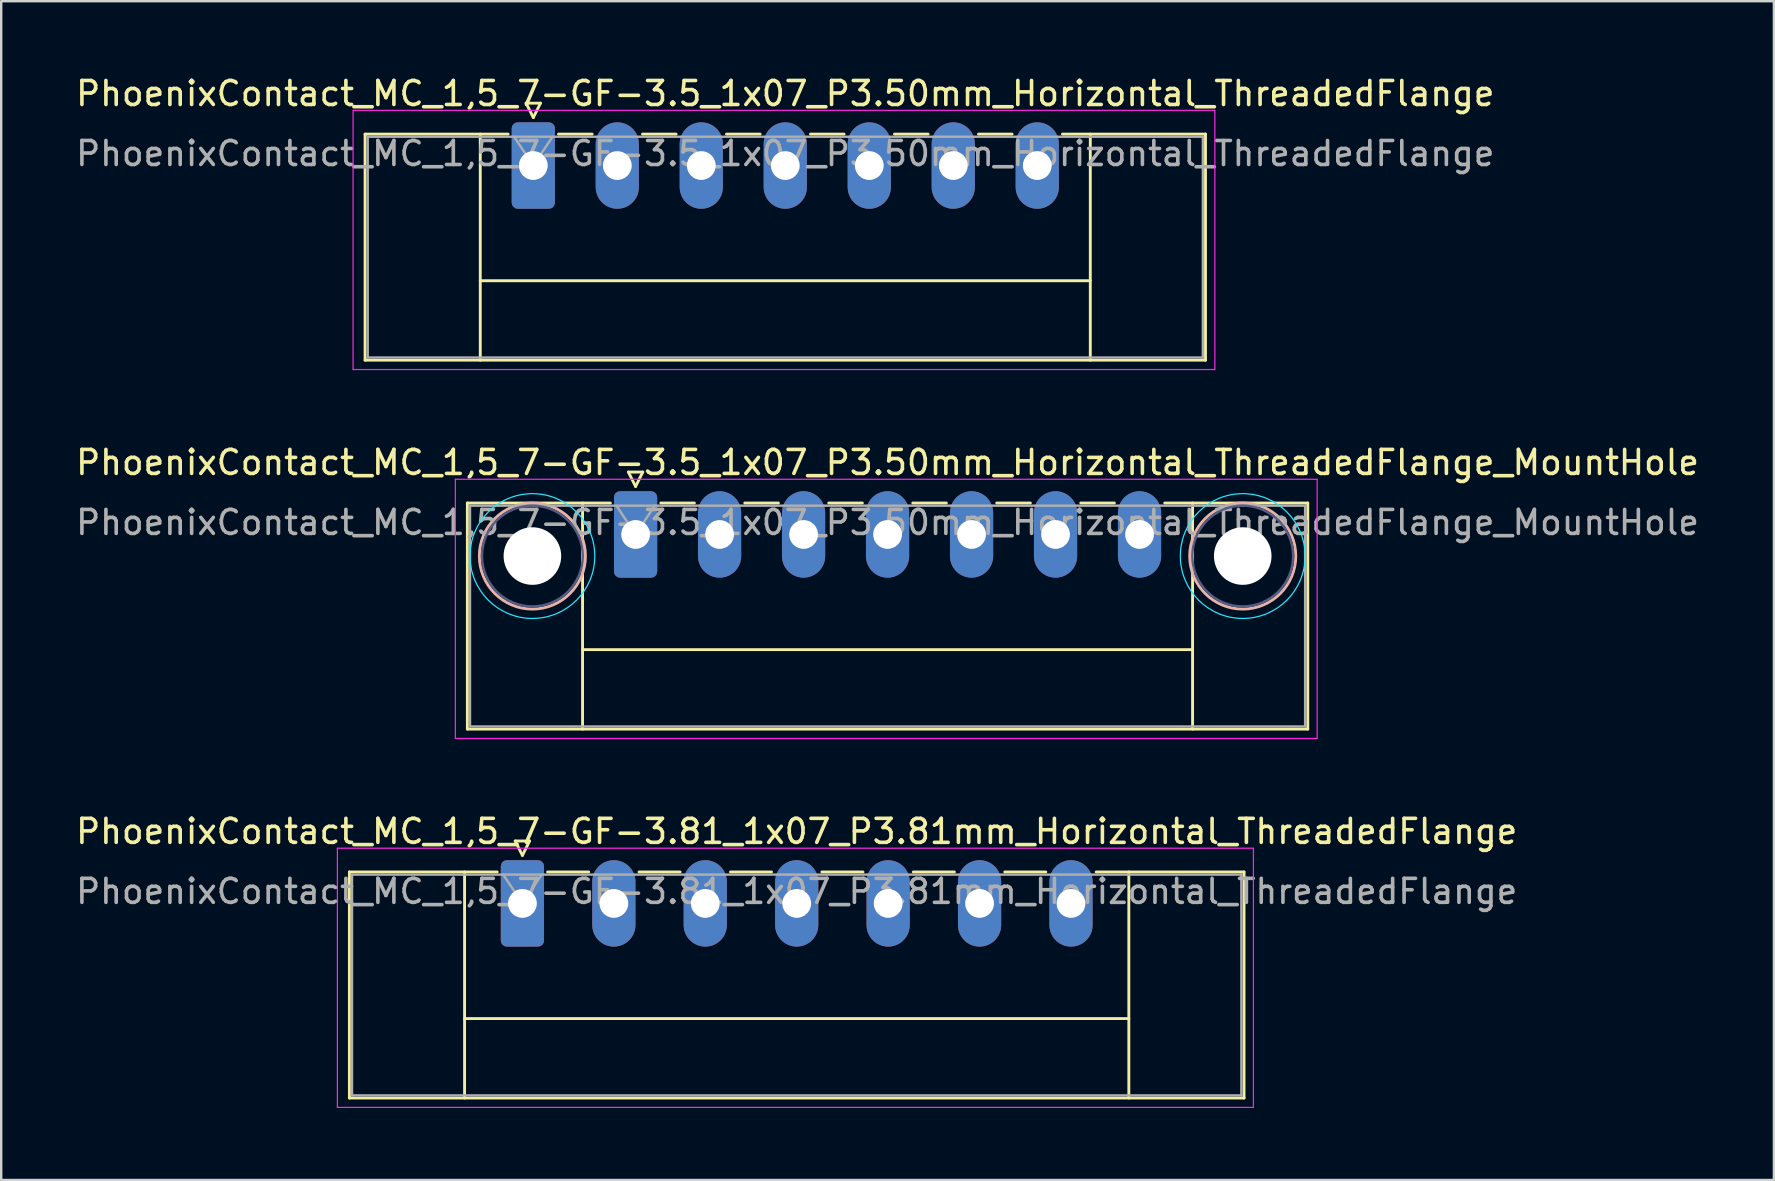
<source format=kicad_pcb>
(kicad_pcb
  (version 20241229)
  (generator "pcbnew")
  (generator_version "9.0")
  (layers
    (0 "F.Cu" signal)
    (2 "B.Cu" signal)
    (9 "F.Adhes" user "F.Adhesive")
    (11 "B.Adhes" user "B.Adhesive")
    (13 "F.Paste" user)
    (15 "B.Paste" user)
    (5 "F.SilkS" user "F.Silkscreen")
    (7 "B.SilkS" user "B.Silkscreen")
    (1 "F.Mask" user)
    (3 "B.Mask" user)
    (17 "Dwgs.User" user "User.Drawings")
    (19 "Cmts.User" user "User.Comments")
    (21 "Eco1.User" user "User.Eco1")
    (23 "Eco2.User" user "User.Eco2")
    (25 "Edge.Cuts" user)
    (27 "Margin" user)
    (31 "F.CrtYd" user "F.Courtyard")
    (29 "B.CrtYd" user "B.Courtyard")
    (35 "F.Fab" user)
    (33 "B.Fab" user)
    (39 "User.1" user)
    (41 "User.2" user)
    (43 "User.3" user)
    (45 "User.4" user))
  (footprint "PhoenixContact_MC_1,5_7-GF-3.5_1x07_P3.50mm_Horizontal_ThreadedFlange_MountHole"
    (layer "F.Cu")
    (at 23.435 19.221)
    (property "Reference" "PhoenixContact_MC_1,5_7-GF-3.5_1x07_P3.50mm_Horizontal_ThreadedFlange_MountHole" (at 10.5 -3 0) (layer "F.SilkS") (effects (font (size 1 1) (thickness 0.15))))
    (attr through_hole)
    (fp_line (start -7.01 -1.31) (end -7.01 8.11) (stroke (width 0.12) (type solid)) (layer "F.SilkS"))
    (fp_line (start -7.01 -1.31) (end -1.05 -1.31) (stroke (width 0.12) (type solid)) (layer "F.SilkS"))
    (fp_line (start -7.01 8.11) (end 28.01 8.11) (stroke (width 0.12) (type solid)) (layer "F.SilkS"))
    (fp_line (start -2.21 -1.31) (end -2.21 8.11) (stroke (width 0.12) (type solid)) (layer "F.SilkS"))
    (fp_line (start -2.21 4.8) (end 23.21 4.8) (stroke (width 0.12) (type solid)) (layer "F.SilkS"))
    (fp_line (start -0.3 -2.6) (end 0.3 -2.6) (stroke (width 0.12) (type solid)) (layer "F.SilkS"))
    (fp_line (start 0 -2) (end -0.3 -2.6) (stroke (width 0.12) (type solid)) (layer "F.SilkS"))
    (fp_line (start 0.3 -2.6) (end 0 -2) (stroke (width 0.12) (type solid)) (layer "F.SilkS"))
    (fp_line (start 1.05 -1.31) (end 2.45 -1.31) (stroke (width 0.12) (type solid)) (layer "F.SilkS"))
    (fp_line (start 4.55 -1.31) (end 5.95 -1.31) (stroke (width 0.12) (type solid)) (layer "F.SilkS"))
    (fp_line (start 8.05 -1.31) (end 9.45 -1.31) (stroke (width 0.12) (type solid)) (layer "F.SilkS"))
    (fp_line (start 11.55 -1.31) (end 12.95 -1.31) (stroke (width 0.12) (type solid)) (layer "F.SilkS"))
    (fp_line (start 15.05 -1.31) (end 16.45 -1.31) (stroke (width 0.12) (type solid)) (layer "F.SilkS"))
    (fp_line (start 18.55 -1.31) (end 19.95 -1.31) (stroke (width 0.12) (type solid)) (layer "F.SilkS"))
    (fp_line (start 23.21 -1.31) (end 23.21 8.11) (stroke (width 0.12) (type solid)) (layer "F.SilkS"))
    (fp_line (start 28.01 -1.31) (end 22.05 -1.31) (stroke (width 0.12) (type solid)) (layer "F.SilkS"))
    (fp_line (start 28.01 8.11) (end 28.01 -1.31) (stroke (width 0.12) (type solid)) (layer "F.SilkS"))
    (fp_circle (center -4.3 0.9) (end -2.09 0.9) (stroke (width 0.12) (type solid)) (fill no) (layer "B.SilkS"))
    (fp_circle (center 25.3 0.9) (end 27.51 0.9) (stroke (width 0.12) (type solid)) (fill no) (layer "B.SilkS"))
    (fp_circle (center -4.3 0.9) (end -1.7 0.9) (stroke (width 0.05) (type solid)) (fill no) (layer "B.CrtYd"))
    (fp_circle (center 25.3 0.9) (end 27.9 0.9) (stroke (width 0.05) (type solid)) (fill no) (layer "B.CrtYd"))
    (fp_line (start -7.51 -2.3) (end -7.51 8.5) (stroke (width 0.05) (type solid)) (layer "F.CrtYd"))
    (fp_line (start -7.51 8.5) (end 28.4 8.5) (stroke (width 0.05) (type solid)) (layer "F.CrtYd"))
    (fp_line (start 28.4 -2.3) (end -7.51 -2.3) (stroke (width 0.05) (type solid)) (layer "F.CrtYd"))
    (fp_line (start 28.4 8.5) (end 28.4 -2.3) (stroke (width 0.05) (type solid)) (layer "F.CrtYd"))
    (fp_circle (center -4.3 0.9) (end -2.2 0.9) (stroke (width 0.1) (type solid)) (fill no) (layer "B.Fab"))
    (fp_circle (center 25.3 0.9) (end 27.4 0.9) (stroke (width 0.1) (type solid)) (fill no) (layer "B.Fab"))
    (fp_line (start -6.9 -1.2) (end -6.9 8) (stroke (width 0.1) (type solid)) (layer "F.Fab"))
    (fp_line (start -6.9 8) (end 27.9 8) (stroke (width 0.1) (type solid)) (layer "F.Fab"))
    (fp_line (start 0 0) (end -0.8 -1.2) (stroke (width 0.1) (type solid)) (layer "F.Fab"))
    (fp_line (start 0.8 -1.2) (end 0 0) (stroke (width 0.1) (type solid)) (layer "F.Fab"))
    (fp_line (start 27.9 -1.2) (end -6.9 -1.2) (stroke (width 0.1) (type solid)) (layer "F.Fab"))
    (fp_line (start 27.9 8) (end 27.9 -1.2) (stroke (width 0.1) (type solid)) (layer "F.Fab"))
    (fp_text user "${REFERENCE}" (at 10.5 -0.5 0) (layer "F.Fab") (effects (font (size 1 1) (thickness 0.15))))
    (pad "" np_thru_hole circle (at -4.3 0.9) (size 2.4 2.4) (drill 2.4) (layers "*.Cu" "*.Mask"))
    (pad "" np_thru_hole circle (at 25.3 0.9) (size 2.4 2.4) (drill 2.4) (layers "*.Cu" "*.Mask"))
    (pad "1" thru_hole roundrect (at 0 0) (size 1.8 3.6) (drill 1.2) (layers "*.Cu" "*.Mask") (roundrect_rratio 0.139))
    (pad "2" thru_hole oval (at 3.5 0) (size 1.8 3.6) (drill 1.2) (layers "*.Cu" "*.Mask"))
    (pad "3" thru_hole oval (at 7 0) (size 1.8 3.6) (drill 1.2) (layers "*.Cu" "*.Mask"))
    (pad "4" thru_hole oval (at 10.5 0) (size 1.8 3.6) (drill 1.2) (layers "*.Cu" "*.Mask"))
    (pad "5" thru_hole oval (at 14 0) (size 1.8 3.6) (drill 1.2) (layers "*.Cu" "*.Mask"))
    (pad "6" thru_hole oval (at 17.5 0) (size 1.8 3.6) (drill 1.2) (layers "*.Cu" "*.Mask"))
    (pad "7" thru_hole oval (at 21 0) (size 1.8 3.6) (drill 1.2) (layers "*.Cu" "*.Mask")))
  (footprint "PhoenixContact_MC_1,5_7-GF-3.5_1x07_P3.50mm_Horizontal_ThreadedFlange"
    (layer "F.Cu")
    (at 19.173 3.848)
    (property "Reference" "PhoenixContact_MC_1,5_7-GF-3.5_1x07_P3.50mm_Horizontal_ThreadedFlange" (at 10.5 -3 0) (layer "F.SilkS") (effects (font (size 1 1) (thickness 0.15))))
    (attr through_hole)
    (fp_line (start -7.01 -1.31) (end -7.01 8.11) (stroke (width 0.12) (type solid)) (layer "F.SilkS"))
    (fp_line (start -7.01 -1.31) (end -1.05 -1.31) (stroke (width 0.12) (type solid)) (layer "F.SilkS"))
    (fp_line (start -7.01 8.11) (end 28.01 8.11) (stroke (width 0.12) (type solid)) (layer "F.SilkS"))
    (fp_line (start -2.21 -1.31) (end -2.21 8.11) (stroke (width 0.12) (type solid)) (layer "F.SilkS"))
    (fp_line (start -2.21 4.8) (end 23.21 4.8) (stroke (width 0.12) (type solid)) (layer "F.SilkS"))
    (fp_line (start -0.3 -2.6) (end 0.3 -2.6) (stroke (width 0.12) (type solid)) (layer "F.SilkS"))
    (fp_line (start 0 -2) (end -0.3 -2.6) (stroke (width 0.12) (type solid)) (layer "F.SilkS"))
    (fp_line (start 0.3 -2.6) (end 0 -2) (stroke (width 0.12) (type solid)) (layer "F.SilkS"))
    (fp_line (start 1.05 -1.31) (end 2.45 -1.31) (stroke (width 0.12) (type solid)) (layer "F.SilkS"))
    (fp_line (start 4.55 -1.31) (end 5.95 -1.31) (stroke (width 0.12) (type solid)) (layer "F.SilkS"))
    (fp_line (start 8.05 -1.31) (end 9.45 -1.31) (stroke (width 0.12) (type solid)) (layer "F.SilkS"))
    (fp_line (start 11.55 -1.31) (end 12.95 -1.31) (stroke (width 0.12) (type solid)) (layer "F.SilkS"))
    (fp_line (start 15.05 -1.31) (end 16.45 -1.31) (stroke (width 0.12) (type solid)) (layer "F.SilkS"))
    (fp_line (start 18.55 -1.31) (end 19.95 -1.31) (stroke (width 0.12) (type solid)) (layer "F.SilkS"))
    (fp_line (start 23.21 -1.31) (end 23.21 8.11) (stroke (width 0.12) (type solid)) (layer "F.SilkS"))
    (fp_line (start 28.01 -1.31) (end 22.05 -1.31) (stroke (width 0.12) (type solid)) (layer "F.SilkS"))
    (fp_line (start 28.01 8.11) (end 28.01 -1.31) (stroke (width 0.12) (type solid)) (layer "F.SilkS"))
    (fp_line (start -7.51 -2.3) (end -7.51 8.5) (stroke (width 0.05) (type solid)) (layer "F.CrtYd"))
    (fp_line (start -7.51 8.5) (end 28.4 8.5) (stroke (width 0.05) (type solid)) (layer "F.CrtYd"))
    (fp_line (start 28.4 -2.3) (end -7.51 -2.3) (stroke (width 0.05) (type solid)) (layer "F.CrtYd"))
    (fp_line (start 28.4 8.5) (end 28.4 -2.3) (stroke (width 0.05) (type solid)) (layer "F.CrtYd"))
    (fp_line (start -6.9 -1.2) (end -6.9 8) (stroke (width 0.1) (type solid)) (layer "F.Fab"))
    (fp_line (start -6.9 8) (end 27.9 8) (stroke (width 0.1) (type solid)) (layer "F.Fab"))
    (fp_line (start 0 0) (end -0.8 -1.2) (stroke (width 0.1) (type solid)) (layer "F.Fab"))
    (fp_line (start 0.8 -1.2) (end 0 0) (stroke (width 0.1) (type solid)) (layer "F.Fab"))
    (fp_line (start 27.9 -1.2) (end -6.9 -1.2) (stroke (width 0.1) (type solid)) (layer "F.Fab"))
    (fp_line (start 27.9 8) (end 27.9 -1.2) (stroke (width 0.1) (type solid)) (layer "F.Fab"))
    (fp_text user "${REFERENCE}" (at 10.5 -0.5 0) (layer "F.Fab") (effects (font (size 1 1) (thickness 0.15))))
    (pad "1" thru_hole roundrect (at 0 0) (size 1.8 3.6) (drill 1.2) (layers "*.Cu" "*.Mask") (roundrect_rratio 0.139))
    (pad "2" thru_hole oval (at 3.5 0) (size 1.8 3.6) (drill 1.2) (layers "*.Cu" "*.Mask"))
    (pad "3" thru_hole oval (at 7 0) (size 1.8 3.6) (drill 1.2) (layers "*.Cu" "*.Mask"))
    (pad "4" thru_hole oval (at 10.5 0) (size 1.8 3.6) (drill 1.2) (layers "*.Cu" "*.Mask"))
    (pad "5" thru_hole oval (at 14 0) (size 1.8 3.6) (drill 1.2) (layers "*.Cu" "*.Mask"))
    (pad "6" thru_hole oval (at 17.5 0) (size 1.8 3.6) (drill 1.2) (layers "*.Cu" "*.Mask"))
    (pad "7" thru_hole oval (at 21 0) (size 1.8 3.6) (drill 1.2) (layers "*.Cu" "*.Mask")))
  (footprint "PhoenixContact_MC_1,5_7-GF-3.81_1x07_P3.81mm_Horizontal_ThreadedFlange"
    (layer "F.Cu")
    (at 18.719 34.595)
    (property "Reference" "PhoenixContact_MC_1,5_7-GF-3.81_1x07_P3.81mm_Horizontal_ThreadedFlange" (at 11.43 -3 0) (layer "F.SilkS") (effects (font (size 1 1) (thickness 0.15))))
    (attr through_hole)
    (fp_line (start -7.21 -1.31) (end -7.21 8.11) (stroke (width 0.12) (type solid)) (layer "F.SilkS"))
    (fp_line (start -7.21 -1.31) (end -1.05 -1.31) (stroke (width 0.12) (type solid)) (layer "F.SilkS"))
    (fp_line (start -7.21 8.11) (end 30.07 8.11) (stroke (width 0.12) (type solid)) (layer "F.SilkS"))
    (fp_line (start -2.41 -1.31) (end -2.41 8.11) (stroke (width 0.12) (type solid)) (layer "F.SilkS"))
    (fp_line (start -2.41 4.8) (end 25.27 4.8) (stroke (width 0.12) (type solid)) (layer "F.SilkS"))
    (fp_line (start -0.3 -2.6) (end 0.3 -2.6) (stroke (width 0.12) (type solid)) (layer "F.SilkS"))
    (fp_line (start 0 -2) (end -0.3 -2.6) (stroke (width 0.12) (type solid)) (layer "F.SilkS"))
    (fp_line (start 0.3 -2.6) (end 0 -2) (stroke (width 0.12) (type solid)) (layer "F.SilkS"))
    (fp_line (start 1.05 -1.31) (end 2.76 -1.31) (stroke (width 0.12) (type solid)) (layer "F.SilkS"))
    (fp_line (start 4.86 -1.31) (end 6.57 -1.31) (stroke (width 0.12) (type solid)) (layer "F.SilkS"))
    (fp_line (start 8.67 -1.31) (end 10.38 -1.31) (stroke (width 0.12) (type solid)) (layer "F.SilkS"))
    (fp_line (start 12.48 -1.31) (end 14.19 -1.31) (stroke (width 0.12) (type solid)) (layer "F.SilkS"))
    (fp_line (start 16.29 -1.31) (end 18 -1.31) (stroke (width 0.12) (type solid)) (layer "F.SilkS"))
    (fp_line (start 20.1 -1.31) (end 21.81 -1.31) (stroke (width 0.12) (type solid)) (layer "F.SilkS"))
    (fp_line (start 25.27 -1.31) (end 25.27 8.11) (stroke (width 0.12) (type solid)) (layer "F.SilkS"))
    (fp_line (start 30.07 -1.31) (end 23.91 -1.31) (stroke (width 0.12) (type solid)) (layer "F.SilkS"))
    (fp_line (start 30.07 8.11) (end 30.07 -1.31) (stroke (width 0.12) (type solid)) (layer "F.SilkS"))
    (fp_line (start -7.71 -2.3) (end -7.71 8.5) (stroke (width 0.05) (type solid)) (layer "F.CrtYd"))
    (fp_line (start -7.71 8.5) (end 30.46 8.5) (stroke (width 0.05) (type solid)) (layer "F.CrtYd"))
    (fp_line (start 30.46 -2.3) (end -7.71 -2.3) (stroke (width 0.05) (type solid)) (layer "F.CrtYd"))
    (fp_line (start 30.46 8.5) (end 30.46 -2.3) (stroke (width 0.05) (type solid)) (layer "F.CrtYd"))
    (fp_line (start -7.1 -1.2) (end -7.1 8) (stroke (width 0.1) (type solid)) (layer "F.Fab"))
    (fp_line (start -7.1 8) (end 29.96 8) (stroke (width 0.1) (type solid)) (layer "F.Fab"))
    (fp_line (start 0 0) (end -0.8 -1.2) (stroke (width 0.1) (type solid)) (layer "F.Fab"))
    (fp_line (start 0.8 -1.2) (end 0 0) (stroke (width 0.1) (type solid)) (layer "F.Fab"))
    (fp_line (start 29.96 -1.2) (end -7.1 -1.2) (stroke (width 0.1) (type solid)) (layer "F.Fab"))
    (fp_line (start 29.96 8) (end 29.96 -1.2) (stroke (width 0.1) (type solid)) (layer "F.Fab"))
    (fp_text user "${REFERENCE}" (at 11.43 -0.5 0) (layer "F.Fab") (effects (font (size 1 1) (thickness 0.15))))
    (pad "1" thru_hole roundrect (at 0 0) (size 1.8 3.6) (drill 1.2) (layers "*.Cu" "*.Mask") (roundrect_rratio 0.139))
    (pad "2" thru_hole oval (at 3.81 0) (size 1.8 3.6) (drill 1.2) (layers "*.Cu" "*.Mask"))
    (pad "3" thru_hole oval (at 7.62 0) (size 1.8 3.6) (drill 1.2) (layers "*.Cu" "*.Mask"))
    (pad "4" thru_hole oval (at 11.43 0) (size 1.8 3.6) (drill 1.2) (layers "*.Cu" "*.Mask"))
    (pad "5" thru_hole oval (at 15.24 0) (size 1.8 3.6) (drill 1.2) (layers "*.Cu" "*.Mask"))
    (pad "6" thru_hole oval (at 19.05 0) (size 1.8 3.6) (drill 1.2) (layers "*.Cu" "*.Mask"))
    (pad "7" thru_hole oval (at 22.86 0) (size 1.8 3.6) (drill 1.2) (layers "*.Cu" "*.Mask")))
  (gr_rect
    (start -3 -3)
    (end 70.869 46.12)
    (stroke (width 0.1) (type default))
    (fill no)
    (layer "Edge.Cuts")))
</source>
